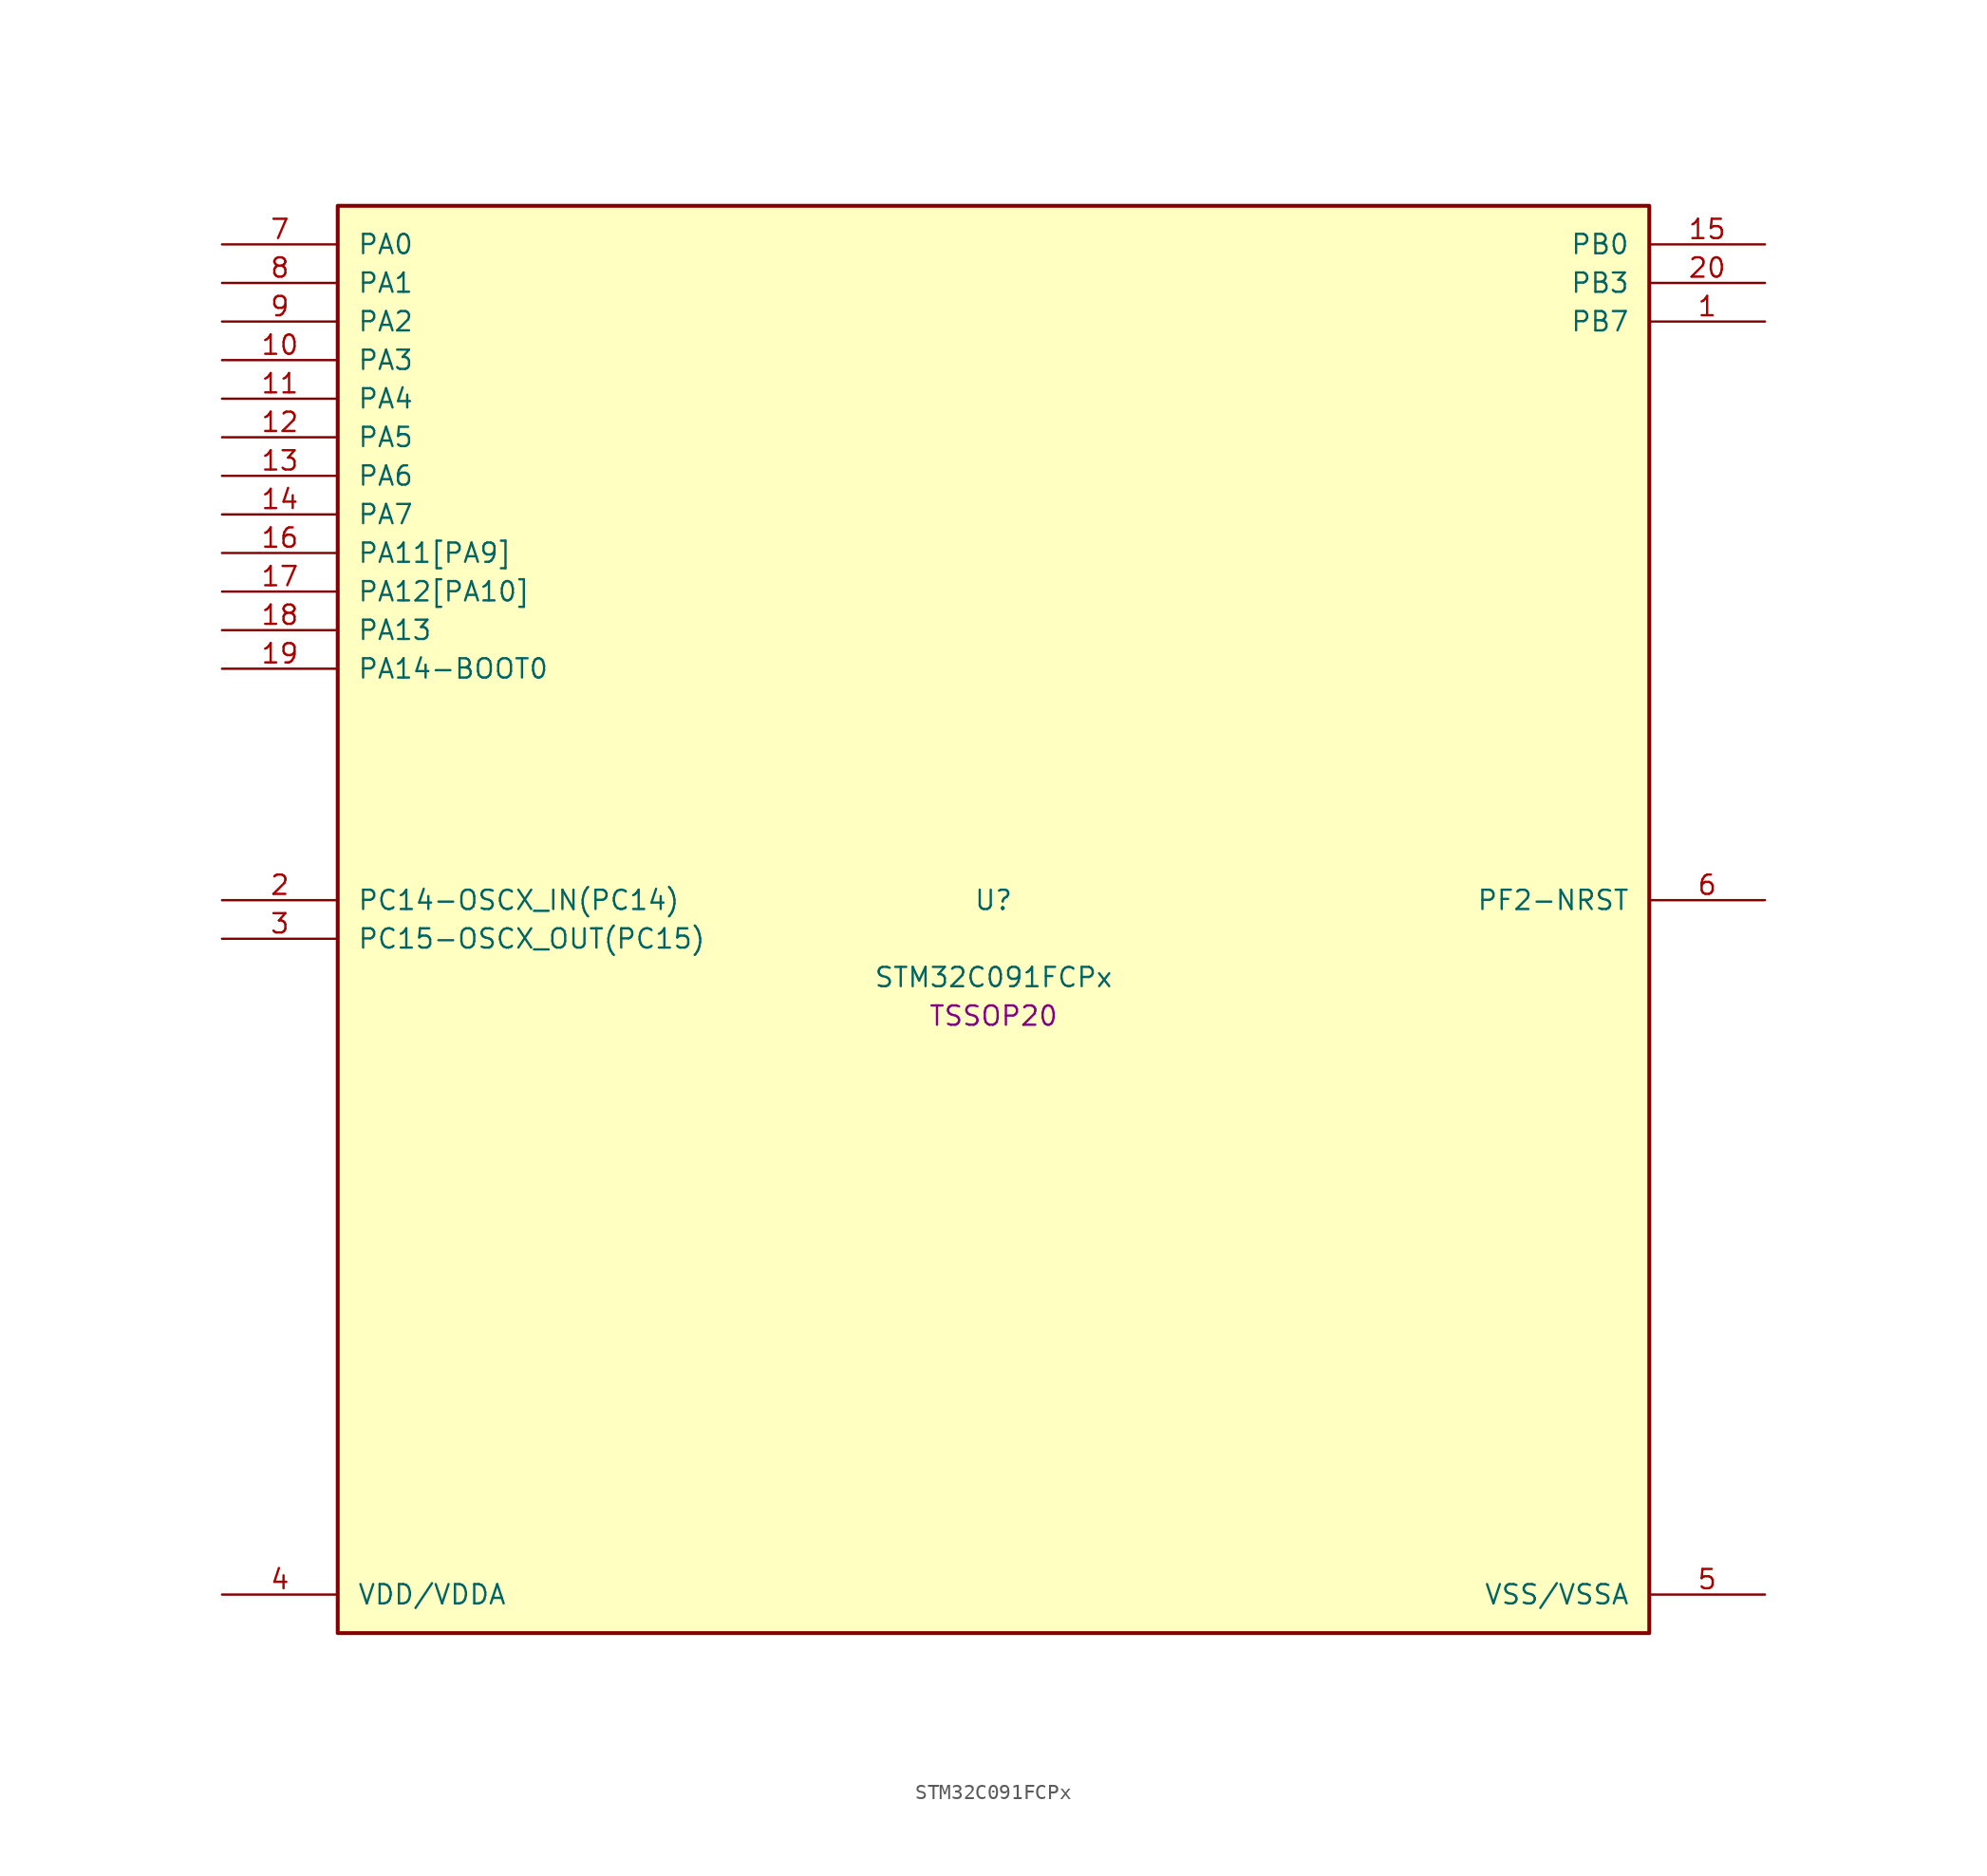
<source format=kicad_sym>
(kicad_symbol_lib
  (version 20241209)
  (generator "stm32_pkl_generator")
  (generator_version "1.0")
  (symbol "STM32C091FCPx"
    (pin_names
      (offset 1.27))
    (property "Reference" "U"
      (at 0 2.54 0))
    (property "Value" "STM32C091FCPx"
      (at 0 -2.54 0))
    (property "Footprint" "TSSOP20"
      (at 0 -5.08 0))
    (symbol "STM32C091FCPx_1_1"
      (rectangle (start -43.18 48.26) (end 43.18 -45.72) (stroke (width 0.254) (type solid)) (fill (type background)))
      (pin bidirectional line (at -50.8 45.72 0) (length 7.62) (name "PA0") (number "7") (alternate "PA0/ADC1_IN0" bidirectional line) (alternate "PA0/PWR_WKUP1" bidirectional line) (alternate "PA0/SPI2_SCK" bidirectional line) (alternate "PA0/TIM16_CH1" bidirectional line) (alternate "PA0/TIM1_CH1" bidirectional line) (alternate "PA0/TIM2_CH1" bidirectional line) (alternate "PA0/TIM2_ETR" bidirectional line) (alternate "PA0/USART1_TX" bidirectional line) (alternate "PA0/USART2_CTS" bidirectional line) (alternate "PA0/USART2_NSS" bidirectional line) (alternate "PA0/USART4_TX" bidirectional line))
      (pin bidirectional line (at -50.8 43.18 0) (length 7.62) (name "PA1") (number "8") (alternate "PA1/ADC1_IN1" bidirectional line) (alternate "PA1/I2C1_SMBA" bidirectional line) (alternate "PA1/I2S1_CK" bidirectional line) (alternate "PA1/SPI1_SCK" bidirectional line) (alternate "PA1/TIM15_CH1N" bidirectional line) (alternate "PA1/TIM17_CH1" bidirectional line) (alternate "PA1/TIM1_CH2" bidirectional line) (alternate "PA1/TIM2_CH2" bidirectional line) (alternate "PA1/USART1_RX" bidirectional line) (alternate "PA1/USART2_CK" bidirectional line) (alternate "PA1/USART2_DE" bidirectional line) (alternate "PA1/USART2_RTS" bidirectional line) (alternate "PA1/USART4_RX" bidirectional line))
      (pin bidirectional line (at -50.8 40.64 0) (length 7.62) (name "PA2") (number "9") (alternate "PA2/ADC1_IN2" bidirectional line) (alternate "PA2/I2S1_SD" bidirectional line) (alternate "PA2/PWR_WKUP4" bidirectional line) (alternate "PA2/RCC_LSCO" bidirectional line) (alternate "PA2/SPI1_MOSI" bidirectional line) (alternate "PA2/TIM15_CH1" bidirectional line) (alternate "PA2/TIM16_CH1N" bidirectional line) (alternate "PA2/TIM1_CH3" bidirectional line) (alternate "PA2/TIM2_CH3" bidirectional line) (alternate "PA2/TIM3_ETR" bidirectional line) (alternate "PA2/USART2_TX" bidirectional line))
      (pin bidirectional line (at -50.8 38.1 0) (length 7.62) (name "PA3") (number "10") (alternate "PA3/ADC1_IN3" bidirectional line) (alternate "PA3/SPI2_MISO" bidirectional line) (alternate "PA3/TIM15_CH2" bidirectional line) (alternate "PA3/TIM1_CH1N" bidirectional line) (alternate "PA3/TIM1_CH4" bidirectional line) (alternate "PA3/TIM2_CH4" bidirectional line) (alternate "PA3/USART2_RX" bidirectional line))
      (pin bidirectional line (at -50.8 35.56 0) (length 7.62) (name "PA4") (number "11") (alternate "PA4/ADC1_IN4" bidirectional line) (alternate "PA4/I2S1_WS" bidirectional line) (alternate "PA4/PWR_WKUP2" bidirectional line) (alternate "PA4/RTC_OUT1" bidirectional line) (alternate "PA4/RTC_TS" bidirectional line) (alternate "PA4/SPI1_NSS" bidirectional line) (alternate "PA4/SPI2_MOSI" bidirectional line) (alternate "PA4/TIM14_CH1" bidirectional line) (alternate "PA4/TIM17_CH1N" bidirectional line) (alternate "PA4/TIM1_CH2N" bidirectional line) (alternate "PA4/USART2_TX" bidirectional line))
      (pin bidirectional line (at -50.8 33.02 0) (length 7.62) (name "PA5") (number "12") (alternate "PA5/ADC1_IN5" bidirectional line) (alternate "PA5/I2S1_CK" bidirectional line) (alternate "PA5/SPI1_SCK" bidirectional line) (alternate "PA5/TIM1_CH1" bidirectional line) (alternate "PA5/TIM1_CH3N" bidirectional line) (alternate "PA5/TIM2_CH1" bidirectional line) (alternate "PA5/TIM2_ETR" bidirectional line) (alternate "PA5/USART2_RX" bidirectional line) (alternate "PA5/USART3_TX" bidirectional line))
      (pin bidirectional line (at -50.8 30.48 0) (length 7.62) (name "PA6") (number "13") (alternate "PA6/ADC1_IN6" bidirectional line) (alternate "PA6/I2C2_SDA" bidirectional line) (alternate "PA6/I2S1_MCK" bidirectional line) (alternate "PA6/SPI1_MISO" bidirectional line) (alternate "PA6/TIM16_CH1" bidirectional line) (alternate "PA6/TIM1_BKIN" bidirectional line) (alternate "PA6/TIM3_CH1" bidirectional line) (alternate "PA6/USART3_CTS" bidirectional line) (alternate "PA6/USART3_NSS" bidirectional line))
      (pin bidirectional line (at -50.8 27.94 0) (length 7.62) (name "PA7") (number "14") (alternate "PA7/ADC1_IN7" bidirectional line) (alternate "PA7/I2C2_SCL" bidirectional line) (alternate "PA7/I2S1_SD" bidirectional line) (alternate "PA7/SPI1_MOSI" bidirectional line) (alternate "PA7/TIM14_CH1" bidirectional line) (alternate "PA7/TIM17_CH1" bidirectional line) (alternate "PA7/TIM1_CH1N" bidirectional line) (alternate "PA7/TIM3_CH2" bidirectional line))
      (pin bidirectional line (at -50.8 25.4 0) (length 7.62) (name "PA11[PA9]") (number "16") (alternate "PA11[PA9]/ADC1_EXTI11" bidirectional line) (alternate "PA11[PA9]/I2C2_SCL" bidirectional line) (alternate "PA11[PA9]/I2S1_MCK" bidirectional line) (alternate "PA11[PA9]/SPI1_MISO" bidirectional line) (alternate "PA11[PA9]/TIM1_BKIN2" bidirectional line) (alternate "PA11[PA9]/TIM1_CH4" bidirectional line) (alternate "PA11[PA9]/USART1_CTS" bidirectional line) (alternate "PA11[PA9]/USART1_NSS" bidirectional line) (alternate "PA11[PA9]/PA9[PA11]" bidirectional line) (alternate "PA11[PA9]/I2C1_SCL" bidirectional line) (alternate "PA11[PA9]/RCC_MCO" bidirectional line) (alternate "PA11[PA9]/SPI2_MISO" bidirectional line) (alternate "PA11[PA9]/TIM15_BKIN" bidirectional line) (alternate "PA11[PA9]/TIM1_CH2" bidirectional line) (alternate "PA11[PA9]/TIM3_ETR" bidirectional line) (alternate "PA11[PA9]/USART1_TX" bidirectional line))
      (pin bidirectional line (at -50.8 22.86 0) (length 7.62) (name "PA12[PA10]") (number "17") (alternate "PA12[PA10]/I2C2_SDA" bidirectional line) (alternate "PA12[PA10]/I2S1_SD" bidirectional line) (alternate "PA12[PA10]/I2S_CKIN" bidirectional line) (alternate "PA12[PA10]/SPI1_MOSI" bidirectional line) (alternate "PA12[PA10]/TIM1_ETR" bidirectional line) (alternate "PA12[PA10]/USART1_CK" bidirectional line) (alternate "PA12[PA10]/USART1_DE" bidirectional line) (alternate "PA12[PA10]/USART1_RTS" bidirectional line) (alternate "PA12[PA10]/PA10[PA12]" bidirectional line) (alternate "PA12[PA10]/I2C1_SDA" bidirectional line) (alternate "PA12[PA10]/RCC_MCO_2" bidirectional line) (alternate "PA12[PA10]/SPI2_MOSI" bidirectional line) (alternate "PA12[PA10]/TIM17_BKIN" bidirectional line) (alternate "PA12[PA10]/TIM1_CH3" bidirectional line) (alternate "PA12[PA10]/USART1_RX" bidirectional line))
      (pin bidirectional line (at -50.8 20.32 0) (length 7.62) (name "PA13") (number "18") (alternate "PA13/ADC1_IN13" bidirectional line) (alternate "PA13/DEBUG_SWDIO" bidirectional line) (alternate "PA13/IR_OUT" bidirectional line) (alternate "PA13/TIM3_ETR" bidirectional line) (alternate "PA13/USART2_RX" bidirectional line))
      (pin bidirectional line (at -50.8 17.78 0) (length 7.62) (name "PA14-BOOT0") (number "19") (alternate "PA14-BOOT0/ADC1_IN14" bidirectional line) (alternate "PA14-BOOT0/BOOT0" bidirectional line) (alternate "PA14-BOOT0/DEBUG_SWCLK" bidirectional line) (alternate "PA14-BOOT0/I2S1_WS" bidirectional line) (alternate "PA14-BOOT0/RCC_MCO_2" bidirectional line) (alternate "PA14-BOOT0/SPI1_NSS" bidirectional line) (alternate "PA14-BOOT0/TIM1_CH1" bidirectional line) (alternate "PA14-BOOT0/USART1_CK" bidirectional line) (alternate "PA14-BOOT0/USART1_DE" bidirectional line) (alternate "PA14-BOOT0/USART1_RTS" bidirectional line) (alternate "PA14-BOOT0/USART2_RX" bidirectional line) (alternate "PA14-BOOT0/USART2_TX" bidirectional line) (alternate "PA14-BOOT0/PA15" bidirectional line) (alternate "PA14-BOOT0/TIM2_CH1" bidirectional line) (alternate "PA14-BOOT0/TIM2_ETR" bidirectional line) (alternate "PA14-BOOT0/USART3_CK" bidirectional line) (alternate "PA14-BOOT0/USART3_DE" bidirectional line) (alternate "PA14-BOOT0/USART3_RTS" bidirectional line) (alternate "PA14-BOOT0/USART4_CK" bidirectional line) (alternate "PA14-BOOT0/USART4_DE" bidirectional line) (alternate "PA14-BOOT0/USART4_RTS" bidirectional line))
      (pin bidirectional line (at 50.8 45.72 180) (length 7.62) (name "PB0") (number "15") (alternate "PB0/ADC1_IN17" bidirectional line) (alternate "PB0/I2S1_WS" bidirectional line) (alternate "PB0/SPI1_NSS" bidirectional line) (alternate "PB0/TIM1_CH2N" bidirectional line) (alternate "PB0/TIM3_CH3" bidirectional line) (alternate "PB0/USART3_RX" bidirectional line) (alternate "PB0/PB1" bidirectional line) (alternate "PB0/ADC1_IN18" bidirectional line) (alternate "PB0/TIM14_CH1" bidirectional line) (alternate "PB0/TIM1_CH3N" bidirectional line) (alternate "PB0/TIM3_CH4" bidirectional line) (alternate "PB0/USART3_CK" bidirectional line) (alternate "PB0/USART3_DE" bidirectional line) (alternate "PB0/USART3_RTS" bidirectional line) (alternate "PB0/PB2" bidirectional line) (alternate "PB0/ADC1_IN19" bidirectional line) (alternate "PB0/RCC_MCO_2" bidirectional line) (alternate "PB0/SPI2_MISO" bidirectional line) (alternate "PB0/USART1_RX" bidirectional line) (alternate "PB0/USART3_TX" bidirectional line) (alternate "PB0/PA8" bidirectional line) (alternate "PB0/ADC1_IN8" bidirectional line) (alternate "PB0/RCC_MCO" bidirectional line) (alternate "PB0/SPI2_NSS" bidirectional line) (alternate "PB0/TIM1_CH1" bidirectional line) (alternate "PB0/USART2_TX" bidirectional line))
      (pin bidirectional line (at 50.8 43.18 180) (length 7.62) (name "PB3") (number "20") (alternate "PB3/I2C2_SCL" bidirectional line) (alternate "PB3/I2S1_CK" bidirectional line) (alternate "PB3/SPI1_SCK" bidirectional line) (alternate "PB3/TIM1_CH2" bidirectional line) (alternate "PB3/TIM2_CH2" bidirectional line) (alternate "PB3/TIM3_CH2" bidirectional line) (alternate "PB3/USART1_CK" bidirectional line) (alternate "PB3/USART1_DE" bidirectional line) (alternate "PB3/USART1_RTS" bidirectional line) (alternate "PB3/PB4" bidirectional line) (alternate "PB3/I2C2_SDA" bidirectional line) (alternate "PB3/I2S1_MCK" bidirectional line) (alternate "PB3/SPI1_MISO" bidirectional line) (alternate "PB3/TIM17_BKIN" bidirectional line) (alternate "PB3/TIM3_CH1" bidirectional line) (alternate "PB3/USART1_CTS" bidirectional line) (alternate "PB3/USART1_NSS" bidirectional line) (alternate "PB3/PB5" bidirectional line) (alternate "PB3/I2C1_SMBA" bidirectional line) (alternate "PB3/I2S1_SD" bidirectional line) (alternate "PB3/PWR_WKUP6" bidirectional line) (alternate "PB3/SPI1_MOSI" bidirectional line) (alternate "PB3/TIM16_BKIN" bidirectional line) (alternate "PB3/TIM3_CH3" bidirectional line) (alternate "PB3/PB6" bidirectional line) (alternate "PB3/I2C1_SCL" bidirectional line) (alternate "PB3/PWR_WKUP3" bidirectional line) (alternate "PB3/SPI2_MISO" bidirectional line) (alternate "PB3/TIM16_CH1N" bidirectional line) (alternate "PB3/TIM1_CH3" bidirectional line) (alternate "PB3/USART1_TX" bidirectional line))
      (pin bidirectional line (at 50.8 40.64 180) (length 7.62) (name "PB7") (number "1") (alternate "PB7/I2C1_SCL" bidirectional line) (alternate "PB7/I2C1_SDA" bidirectional line) (alternate "PB7/RTC_REFIN" bidirectional line) (alternate "PB7/SPI2_MOSI" bidirectional line) (alternate "PB7/TIM16_CH1" bidirectional line) (alternate "PB7/TIM17_CH1N" bidirectional line) (alternate "PB7/TIM1_CH4" bidirectional line) (alternate "PB7/TIM3_CH1" bidirectional line) (alternate "PB7/TIM3_CH4" bidirectional line) (alternate "PB7/USART1_RX" bidirectional line) (alternate "PB7/USART2_CTS" bidirectional line) (alternate "PB7/USART2_NSS" bidirectional line) (alternate "PB7/USART4_CTS" bidirectional line) (alternate "PB7/USART4_NSS" bidirectional line) (alternate "PB7/PB8" bidirectional line) (alternate "PB7/SPI2_SCK" bidirectional line) (alternate "PB7/TIM15_BKIN" bidirectional line) (alternate "PB7/USART3_TX" bidirectional line))
      (pin bidirectional line (at -50.8 2.54 0) (length 7.62) (name "PC14-OSCX_IN(PC14)") (number "2") (alternate "PC14-OSCX_IN(PC14)/I2C1_SDA" bidirectional line) (alternate "PC14-OSCX_IN(PC14)/IR_OUT" bidirectional line) (alternate "PC14-OSCX_IN(PC14)/RCC_OSCX_IN" bidirectional line) (alternate "PC14-OSCX_IN(PC14)/SPI2_NSS" bidirectional line) (alternate "PC14-OSCX_IN(PC14)/TIM17_CH1" bidirectional line) (alternate "PC14-OSCX_IN(PC14)/TIM1_BKIN2" bidirectional line) (alternate "PC14-OSCX_IN(PC14)/TIM1_ETR" bidirectional line) (alternate "PC14-OSCX_IN(PC14)/TIM3_CH2" bidirectional line) (alternate "PC14-OSCX_IN(PC14)/USART1_TX" bidirectional line) (alternate "PC14-OSCX_IN(PC14)/USART2_CK" bidirectional line) (alternate "PC14-OSCX_IN(PC14)/USART2_DE" bidirectional line) (alternate "PC14-OSCX_IN(PC14)/USART2_RTS" bidirectional line) (alternate "PC14-OSCX_IN(PC14)/USART3_TX" bidirectional line))
      (pin bidirectional line (at -50.8 0 0) (length 7.62) (name "PC15-OSCX_OUT(PC15)") (number "3") (alternate "PC15-OSCX_OUT(PC15)/RCC_OSC32_EN" bidirectional line) (alternate "PC15-OSCX_OUT(PC15)/RCC_OSCX_OUT" bidirectional line) (alternate "PC15-OSCX_OUT(PC15)/RCC_OSC_EN" bidirectional line) (alternate "PC15-OSCX_OUT(PC15)/TIM15_BKIN" bidirectional line) (alternate "PC15-OSCX_OUT(PC15)/TIM1_ETR" bidirectional line) (alternate "PC15-OSCX_OUT(PC15)/TIM3_CH3" bidirectional line))
      (pin bidirectional line (at 50.8 2.54 180) (length 7.62) (name "PF2-NRST") (number "6") (alternate "PF2-NRST/RCC_MCO" bidirectional line) (alternate "PF2-NRST/TIM1_CH4" bidirectional line))
      (pin power_in line (at -50.8 -43.18 0) (length 7.62) (name "VDD/VDDA") (number "4"))
      (pin power_in line (at 50.8 -43.18 180) (length 7.62) (name "VSS/VSSA") (number "5")))))
</source>
